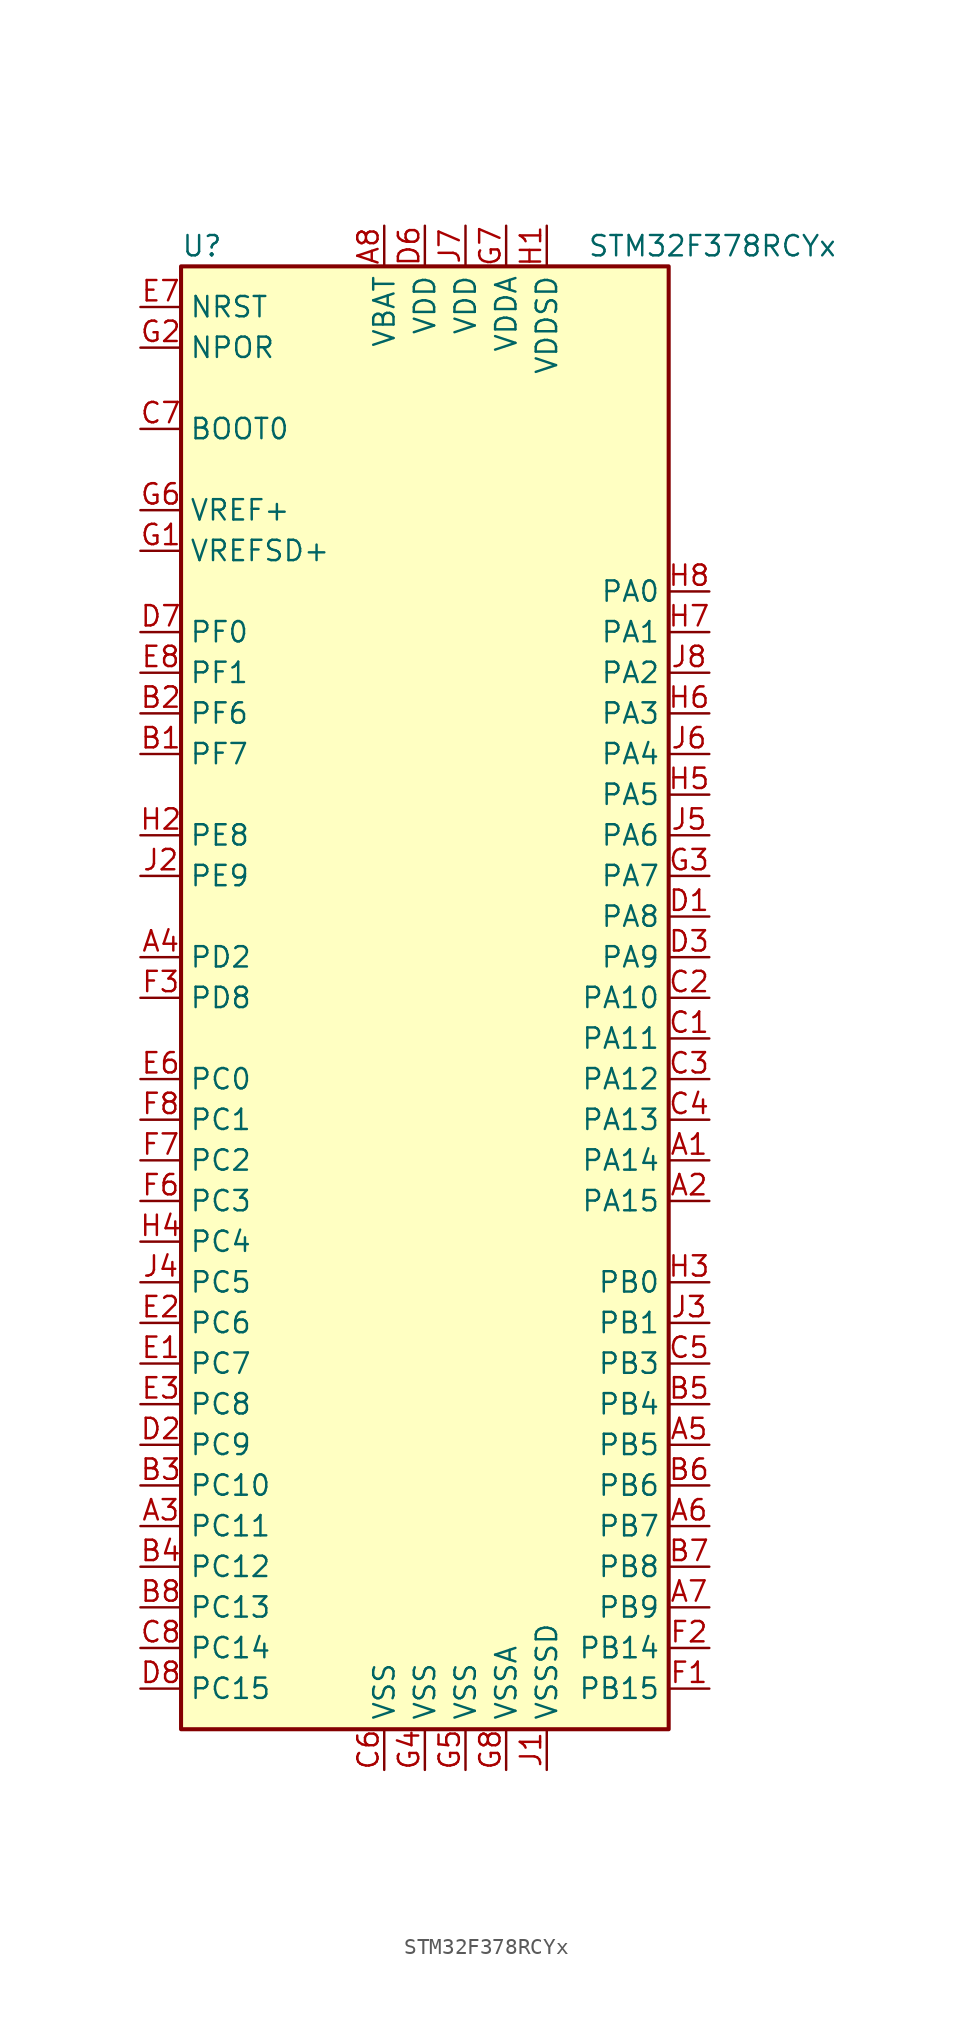
<source format=kicad_sym>
(kicad_symbol_lib
  (version 20201005)
  (generator kicad_symbol_editor)
  (symbol "MCU_ST_STM32F3:STM32F378RCYx"
    (property "Reference" "U"
      (at -15.24 46.99 0)
      (effects (font (size 1.27 1.27)) (justify left)))
    (property "Value" "STM32F378RCYx"
      (at 10.16 46.99 0)
      (effects (font (size 1.27 1.27)) (justify left)))
    (symbol "STM32F378RCYx_0_1"
      (rectangle (start -15.24 -45.72) (end 15.24 45.72) (stroke (width 0.254)) (fill (type background))))
    (symbol "STM32F378RCYx_1_1"
      (pin input line (at -17.78 35.56 0) (length 2.54) (name "BOOT0" (effects (font (size 1.27 1.27)))) (number "C7" (effects (font (size 1.27 1.27)))))
      (pin input line (at -17.78 40.64 0) (length 2.54) (name "NPOR" (effects (font (size 1.27 1.27)))) (number "G2" (effects (font (size 1.27 1.27)))))
      (pin input line (at -17.78 43.18 0) (length 2.54) (name "NRST" (effects (font (size 1.27 1.27)))) (number "E7" (effects (font (size 1.27 1.27)))))
      (pin bidirectional line (at 17.78 25.4 180) (length 2.54) (name "PA0" (effects (font (size 1.27 1.27)))) (number "H8" (effects (font (size 1.27 1.27)))))
      (pin bidirectional line (at 17.78 22.86 180) (length 2.54) (name "PA1" (effects (font (size 1.27 1.27)))) (number "H7" (effects (font (size 1.27 1.27)))))
      (pin bidirectional line (at 17.78 0 180) (length 2.54) (name "PA10" (effects (font (size 1.27 1.27)))) (number "C2" (effects (font (size 1.27 1.27)))))
      (pin bidirectional line (at 17.78 -2.54 180) (length 2.54) (name "PA11" (effects (font (size 1.27 1.27)))) (number "C1" (effects (font (size 1.27 1.27)))))
      (pin bidirectional line (at 17.78 -5.08 180) (length 2.54) (name "PA12" (effects (font (size 1.27 1.27)))) (number "C3" (effects (font (size 1.27 1.27)))))
      (pin bidirectional line (at 17.78 -7.62 180) (length 2.54) (name "PA13" (effects (font (size 1.27 1.27)))) (number "C4" (effects (font (size 1.27 1.27)))))
      (pin bidirectional line (at 17.78 -10.16 180) (length 2.54) (name "PA14" (effects (font (size 1.27 1.27)))) (number "A1" (effects (font (size 1.27 1.27)))))
      (pin bidirectional line (at 17.78 -12.7 180) (length 2.54) (name "PA15" (effects (font (size 1.27 1.27)))) (number "A2" (effects (font (size 1.27 1.27)))))
      (pin bidirectional line (at 17.78 20.32 180) (length 2.54) (name "PA2" (effects (font (size 1.27 1.27)))) (number "J8" (effects (font (size 1.27 1.27)))))
      (pin bidirectional line (at 17.78 17.78 180) (length 2.54) (name "PA3" (effects (font (size 1.27 1.27)))) (number "H6" (effects (font (size 1.27 1.27)))))
      (pin bidirectional line (at 17.78 15.24 180) (length 2.54) (name "PA4" (effects (font (size 1.27 1.27)))) (number "J6" (effects (font (size 1.27 1.27)))))
      (pin bidirectional line (at 17.78 12.7 180) (length 2.54) (name "PA5" (effects (font (size 1.27 1.27)))) (number "H5" (effects (font (size 1.27 1.27)))))
      (pin bidirectional line (at 17.78 10.16 180) (length 2.54) (name "PA6" (effects (font (size 1.27 1.27)))) (number "J5" (effects (font (size 1.27 1.27)))))
      (pin bidirectional line (at 17.78 7.62 180) (length 2.54) (name "PA7" (effects (font (size 1.27 1.27)))) (number "G3" (effects (font (size 1.27 1.27)))))
      (pin bidirectional line (at 17.78 5.08 180) (length 2.54) (name "PA8" (effects (font (size 1.27 1.27)))) (number "D1" (effects (font (size 1.27 1.27)))))
      (pin bidirectional line (at 17.78 2.54 180) (length 2.54) (name "PA9" (effects (font (size 1.27 1.27)))) (number "D3" (effects (font (size 1.27 1.27)))))
      (pin bidirectional line (at 17.78 -17.78 180) (length 2.54) (name "PB0" (effects (font (size 1.27 1.27)))) (number "H3" (effects (font (size 1.27 1.27)))))
      (pin bidirectional line (at 17.78 -20.32 180) (length 2.54) (name "PB1" (effects (font (size 1.27 1.27)))) (number "J3" (effects (font (size 1.27 1.27)))))
      (pin bidirectional line (at 17.78 -40.64 180) (length 2.54) (name "PB14" (effects (font (size 1.27 1.27)))) (number "F2" (effects (font (size 1.27 1.27)))))
      (pin bidirectional line (at 17.78 -43.18 180) (length 2.54) (name "PB15" (effects (font (size 1.27 1.27)))) (number "F1" (effects (font (size 1.27 1.27)))))
      (pin bidirectional line (at 17.78 -22.86 180) (length 2.54) (name "PB3" (effects (font (size 1.27 1.27)))) (number "C5" (effects (font (size 1.27 1.27)))))
      (pin bidirectional line (at 17.78 -25.4 180) (length 2.54) (name "PB4" (effects (font (size 1.27 1.27)))) (number "B5" (effects (font (size 1.27 1.27)))))
      (pin bidirectional line (at 17.78 -27.94 180) (length 2.54) (name "PB5" (effects (font (size 1.27 1.27)))) (number "A5" (effects (font (size 1.27 1.27)))))
      (pin bidirectional line (at 17.78 -30.48 180) (length 2.54) (name "PB6" (effects (font (size 1.27 1.27)))) (number "B6" (effects (font (size 1.27 1.27)))))
      (pin bidirectional line (at 17.78 -33.02 180) (length 2.54) (name "PB7" (effects (font (size 1.27 1.27)))) (number "A6" (effects (font (size 1.27 1.27)))))
      (pin bidirectional line (at 17.78 -35.56 180) (length 2.54) (name "PB8" (effects (font (size 1.27 1.27)))) (number "B7" (effects (font (size 1.27 1.27)))))
      (pin bidirectional line (at 17.78 -38.1 180) (length 2.54) (name "PB9" (effects (font (size 1.27 1.27)))) (number "A7" (effects (font (size 1.27 1.27)))))
      (pin bidirectional line (at -17.78 -5.08 0) (length 2.54) (name "PC0" (effects (font (size 1.27 1.27)))) (number "E6" (effects (font (size 1.27 1.27)))))
      (pin bidirectional line (at -17.78 -7.62 0) (length 2.54) (name "PC1" (effects (font (size 1.27 1.27)))) (number "F8" (effects (font (size 1.27 1.27)))))
      (pin bidirectional line (at -17.78 -30.48 0) (length 2.54) (name "PC10" (effects (font (size 1.27 1.27)))) (number "B3" (effects (font (size 1.27 1.27)))))
      (pin bidirectional line (at -17.78 -33.02 0) (length 2.54) (name "PC11" (effects (font (size 1.27 1.27)))) (number "A3" (effects (font (size 1.27 1.27)))))
      (pin bidirectional line (at -17.78 -35.56 0) (length 2.54) (name "PC12" (effects (font (size 1.27 1.27)))) (number "B4" (effects (font (size 1.27 1.27)))))
      (pin bidirectional line (at -17.78 -38.1 0) (length 2.54) (name "PC13" (effects (font (size 1.27 1.27)))) (number "B8" (effects (font (size 1.27 1.27)))))
      (pin bidirectional line (at -17.78 -40.64 0) (length 2.54) (name "PC14" (effects (font (size 1.27 1.27)))) (number "C8" (effects (font (size 1.27 1.27)))))
      (pin bidirectional line (at -17.78 -43.18 0) (length 2.54) (name "PC15" (effects (font (size 1.27 1.27)))) (number "D8" (effects (font (size 1.27 1.27)))))
      (pin bidirectional line (at -17.78 -10.16 0) (length 2.54) (name "PC2" (effects (font (size 1.27 1.27)))) (number "F7" (effects (font (size 1.27 1.27)))))
      (pin bidirectional line (at -17.78 -12.7 0) (length 2.54) (name "PC3" (effects (font (size 1.27 1.27)))) (number "F6" (effects (font (size 1.27 1.27)))))
      (pin bidirectional line (at -17.78 -15.24 0) (length 2.54) (name "PC4" (effects (font (size 1.27 1.27)))) (number "H4" (effects (font (size 1.27 1.27)))))
      (pin bidirectional line (at -17.78 -17.78 0) (length 2.54) (name "PC5" (effects (font (size 1.27 1.27)))) (number "J4" (effects (font (size 1.27 1.27)))))
      (pin bidirectional line (at -17.78 -20.32 0) (length 2.54) (name "PC6" (effects (font (size 1.27 1.27)))) (number "E2" (effects (font (size 1.27 1.27)))))
      (pin bidirectional line (at -17.78 -22.86 0) (length 2.54) (name "PC7" (effects (font (size 1.27 1.27)))) (number "E1" (effects (font (size 1.27 1.27)))))
      (pin bidirectional line (at -17.78 -25.4 0) (length 2.54) (name "PC8" (effects (font (size 1.27 1.27)))) (number "E3" (effects (font (size 1.27 1.27)))))
      (pin bidirectional line (at -17.78 -27.94 0) (length 2.54) (name "PC9" (effects (font (size 1.27 1.27)))) (number "D2" (effects (font (size 1.27 1.27)))))
      (pin bidirectional line (at -17.78 2.54 0) (length 2.54) (name "PD2" (effects (font (size 1.27 1.27)))) (number "A4" (effects (font (size 1.27 1.27)))))
      (pin bidirectional line (at -17.78 0 0) (length 2.54) (name "PD8" (effects (font (size 1.27 1.27)))) (number "F3" (effects (font (size 1.27 1.27)))))
      (pin bidirectional line (at -17.78 10.16 0) (length 2.54) (name "PE8" (effects (font (size 1.27 1.27)))) (number "H2" (effects (font (size 1.27 1.27)))))
      (pin bidirectional line (at -17.78 7.62 0) (length 2.54) (name "PE9" (effects (font (size 1.27 1.27)))) (number "J2" (effects (font (size 1.27 1.27)))))
      (pin input line (at -17.78 22.86 0) (length 2.54) (name "PF0" (effects (font (size 1.27 1.27)))) (number "D7" (effects (font (size 1.27 1.27)))))
      (pin input line (at -17.78 20.32 0) (length 2.54) (name "PF1" (effects (font (size 1.27 1.27)))) (number "E8" (effects (font (size 1.27 1.27)))))
      (pin bidirectional line (at -17.78 17.78 0) (length 2.54) (name "PF6" (effects (font (size 1.27 1.27)))) (number "B2" (effects (font (size 1.27 1.27)))))
      (pin bidirectional line (at -17.78 15.24 0) (length 2.54) (name "PF7" (effects (font (size 1.27 1.27)))) (number "B1" (effects (font (size 1.27 1.27)))))
      (pin power_in line (at -2.54 48.26 270) (length 2.54) (name "VBAT" (effects (font (size 1.27 1.27)))) (number "A8" (effects (font (size 1.27 1.27)))))
      (pin power_in line (at 0 48.26 270) (length 2.54) (name "VDD" (effects (font (size 1.27 1.27)))) (number "D6" (effects (font (size 1.27 1.27)))))
      (pin power_in line (at 2.54 48.26 270) (length 2.54) (name "VDD" (effects (font (size 1.27 1.27)))) (number "J7" (effects (font (size 1.27 1.27)))))
      (pin power_in line (at 5.08 48.26 270) (length 2.54) (name "VDDA" (effects (font (size 1.27 1.27)))) (number "G7" (effects (font (size 1.27 1.27)))))
      (pin power_in line (at 7.62 48.26 270) (length 2.54) (name "VDDSD" (effects (font (size 1.27 1.27)))) (number "H1" (effects (font (size 1.27 1.27)))))
      (pin power_in line (at -17.78 30.48 0) (length 2.54) (name "VREF+" (effects (font (size 1.27 1.27)))) (number "G6" (effects (font (size 1.27 1.27)))))
      (pin power_in line (at -17.78 27.94 0) (length 2.54) (name "VREFSD+" (effects (font (size 1.27 1.27)))) (number "G1" (effects (font (size 1.27 1.27)))))
      (pin power_in line (at -2.54 -48.26 90) (length 2.54) (name "VSS" (effects (font (size 1.27 1.27)))) (number "C6" (effects (font (size 1.27 1.27)))))
      (pin power_in line (at 0 -48.26 90) (length 2.54) (name "VSS" (effects (font (size 1.27 1.27)))) (number "G4" (effects (font (size 1.27 1.27)))))
      (pin power_in line (at 2.54 -48.26 90) (length 2.54) (name "VSS" (effects (font (size 1.27 1.27)))) (number "G5" (effects (font (size 1.27 1.27)))))
      (pin power_in line (at 5.08 -48.26 90) (length 2.54) (name "VSSA" (effects (font (size 1.27 1.27)))) (number "G8" (effects (font (size 1.27 1.27)))))
      (pin power_in line (at 7.62 -48.26 90) (length 2.54) (name "VSSSD" (effects (font (size 1.27 1.27)))) (number "J1" (effects (font (size 1.27 1.27))))))))
</source>
